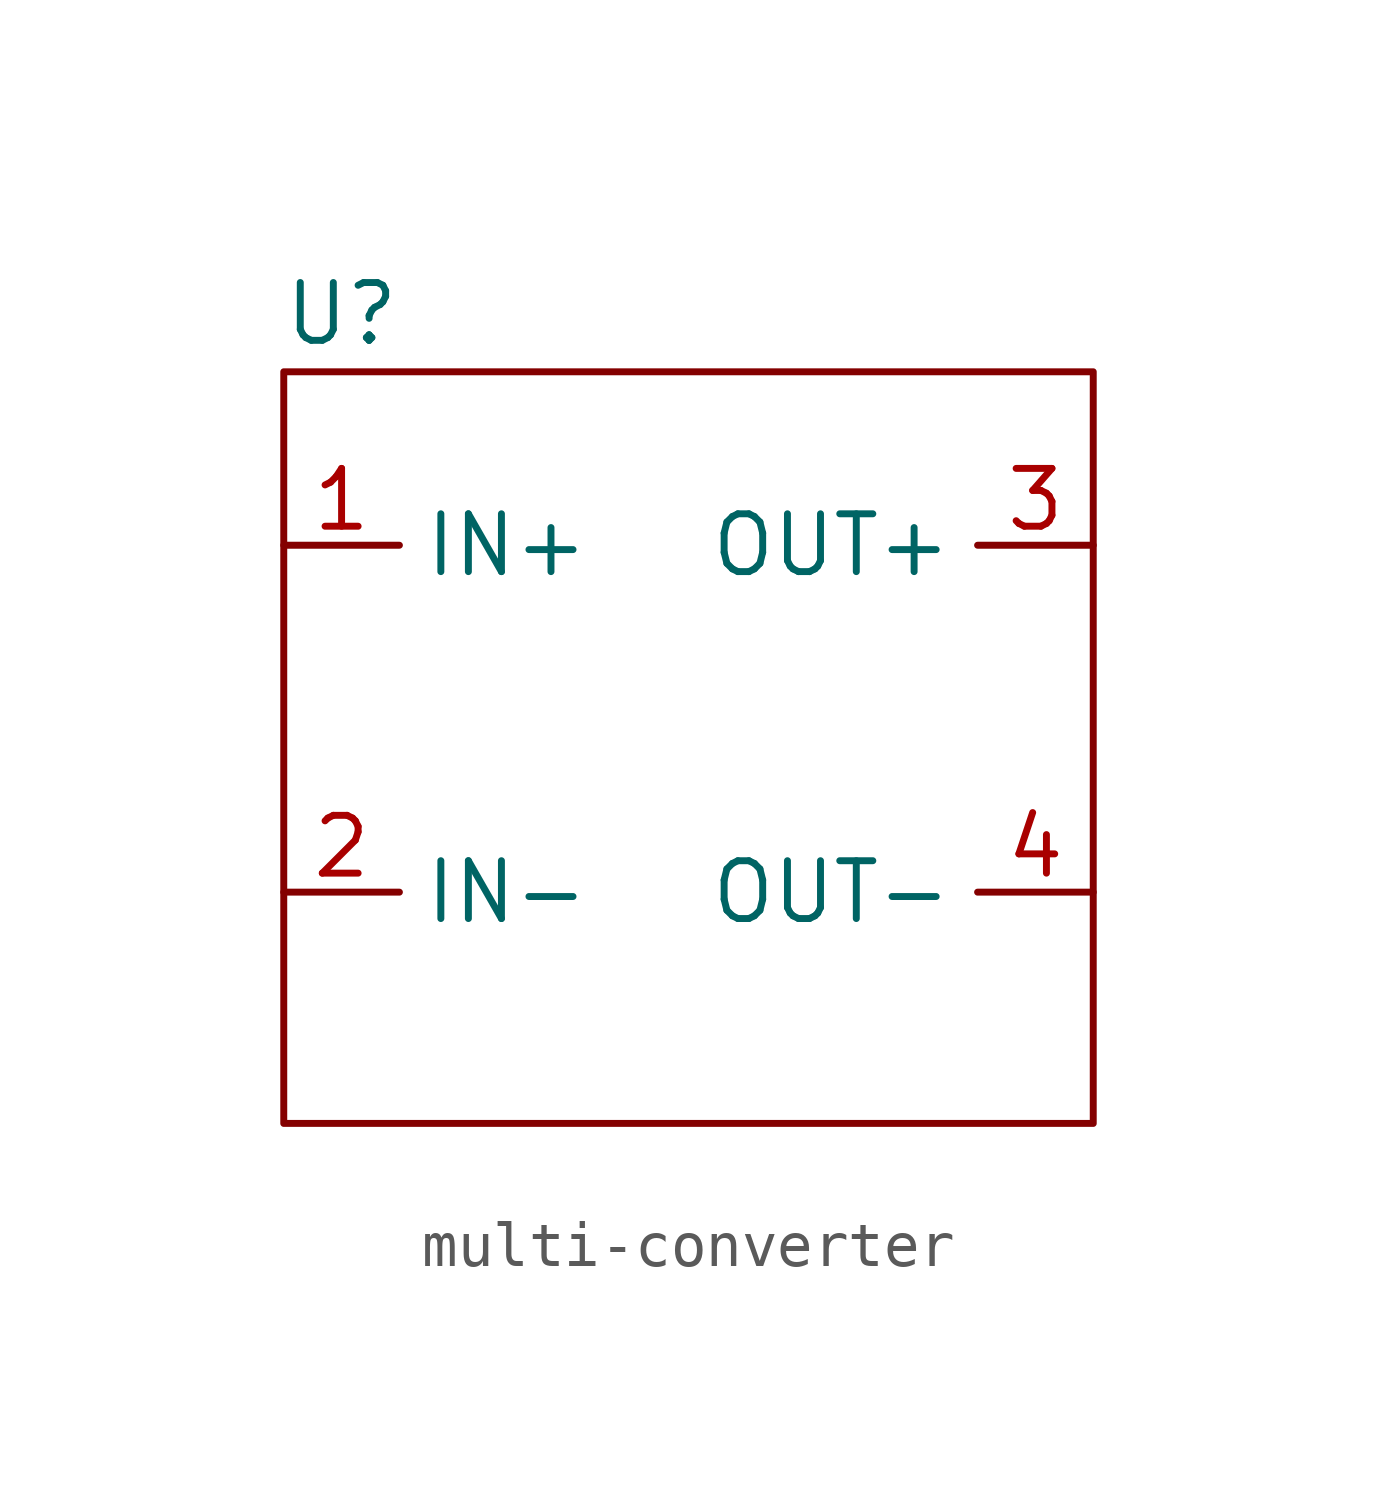
<source format=kicad_sym>
(kicad_symbol_lib
  (version 20220914)
  (generator kicad_symbol_editor)
  (symbol "multi-converter"
    (property "Reference" "U"
      (at 1.27 1.27 0)
      (effects (font (size 1.27 1.27))))
    (property "Value" ""
      (at 1.27 1.27 0)
      (effects (font (size 1.27 1.27))))
    (symbol "multi-converter_0_1"
      (rectangle (start 0 0) (end 17.78 -16.51) (stroke (width 0) (type default)) (fill (type none))))
    (symbol "multi-converter_1_1"
      (pin input line (at 0 -3.81 0) (length 2.54) (name "IN+" (effects (font (size 1.27 1.27)))) (number "1" (effects (font (size 1.27 1.27)))))
      (pin input line (at 0 -11.43 0) (length 2.54) (name "IN-" (effects (font (size 1.27 1.27)))) (number "2" (effects (font (size 1.27 1.27)))))
      (pin output line (at 17.78 -3.81 180) (length 2.54) (name "OUT+" (effects (font (size 1.27 1.27)))) (number "3" (effects (font (size 1.27 1.27)))))
      (pin output line (at 17.78 -11.43 180) (length 2.54) (name "OUT-" (effects (font (size 1.27 1.27)))) (number "4" (effects (font (size 1.27 1.27))))))))
</source>
